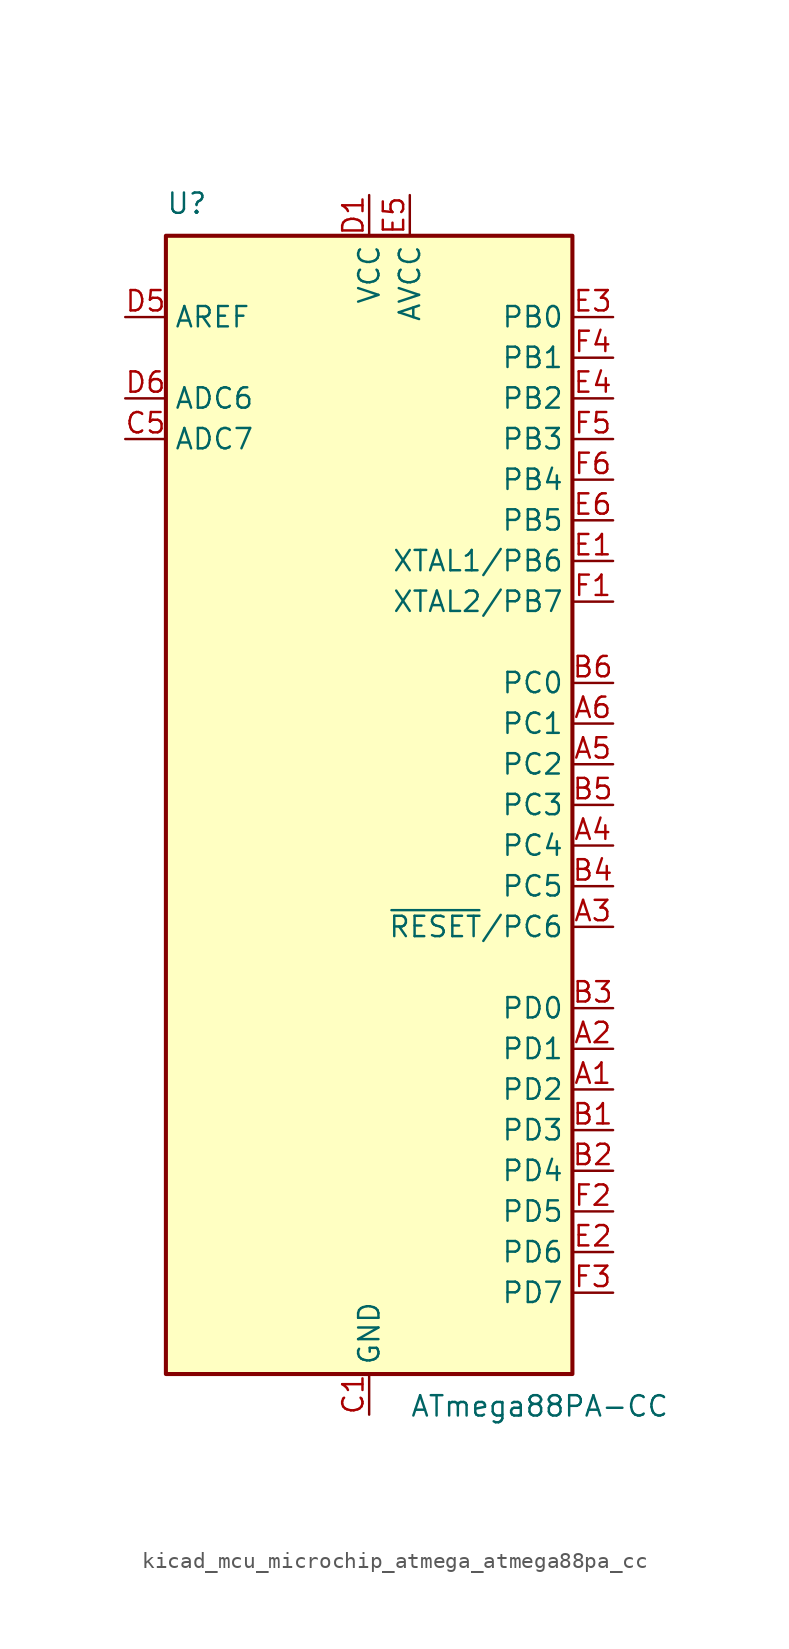
<source format=kicad_sym>
(kicad_symbol_lib
  (version 20220914)
  (generator kicad_symbol_editor)
  (symbol "kicad_mcu_microchip_atmega_atmega88pa_cc"
    (property "Reference" "U"
      (at -12.7 36.83 0)
      (effects (font (size 1.27 1.27)) (justify left bottom)))
    (property "Value" "ATmega88PA-CC"
      (at 2.54 -36.83 0)
      (effects (font (size 1.27 1.27)) (justify left top)))
    (symbol "kicad_mcu_microchip_atmega_atmega88pa_cc_0_1"
      (rectangle (start -12.7 -35.56) (end 12.7 35.56) (stroke (width 0.254) (type default)) (fill (type background))))
    (symbol "kicad_mcu_microchip_atmega_atmega88pa_cc_1_1"
      (pin bidirectional line (at 15.24 -17.78 180) (length 2.54) (name "PD2" (effects (font (size 1.27 1.27)))) (number "A1" (effects (font (size 1.27 1.27)))))
      (pin bidirectional line (at 15.24 -15.24 180) (length 2.54) (name "PD1" (effects (font (size 1.27 1.27)))) (number "A2" (effects (font (size 1.27 1.27)))))
      (pin bidirectional line (at 15.24 -7.62 180) (length 2.54) (name "~{RESET}/PC6" (effects (font (size 1.27 1.27)))) (number "A3" (effects (font (size 1.27 1.27)))))
      (pin bidirectional line (at 15.24 -2.54 180) (length 2.54) (name "PC4" (effects (font (size 1.27 1.27)))) (number "A4" (effects (font (size 1.27 1.27)))))
      (pin bidirectional line (at 15.24 2.54 180) (length 2.54) (name "PC2" (effects (font (size 1.27 1.27)))) (number "A5" (effects (font (size 1.27 1.27)))))
      (pin bidirectional line (at 15.24 5.08 180) (length 2.54) (name "PC1" (effects (font (size 1.27 1.27)))) (number "A6" (effects (font (size 1.27 1.27)))))
      (pin bidirectional line (at 15.24 -20.32 180) (length 2.54) (name "PD3" (effects (font (size 1.27 1.27)))) (number "B1" (effects (font (size 1.27 1.27)))))
      (pin bidirectional line (at 15.24 -22.86 180) (length 2.54) (name "PD4" (effects (font (size 1.27 1.27)))) (number "B2" (effects (font (size 1.27 1.27)))))
      (pin bidirectional line (at 15.24 -12.7 180) (length 2.54) (name "PD0" (effects (font (size 1.27 1.27)))) (number "B3" (effects (font (size 1.27 1.27)))))
      (pin bidirectional line (at 15.24 -5.08 180) (length 2.54) (name "PC5" (effects (font (size 1.27 1.27)))) (number "B4" (effects (font (size 1.27 1.27)))))
      (pin bidirectional line (at 15.24 0 180) (length 2.54) (name "PC3" (effects (font (size 1.27 1.27)))) (number "B5" (effects (font (size 1.27 1.27)))))
      (pin bidirectional line (at 15.24 7.62 180) (length 2.54) (name "PC0" (effects (font (size 1.27 1.27)))) (number "B6" (effects (font (size 1.27 1.27)))))
      (pin power_in line (at 0 -38.1 90) (length 2.54) (name "GND" (effects (font (size 1.27 1.27)))) (number "C1" (effects (font (size 1.27 1.27)))))
      (pin passive line (at 0 -38.1 90) (length 2.54) hide (name "GND" (effects (font (size 1.27 1.27)))) (number "C2" (effects (font (size 1.27 1.27)))))
      (pin input line (at -15.24 22.86 0) (length 2.54) (name "ADC7" (effects (font (size 1.27 1.27)))) (number "C5" (effects (font (size 1.27 1.27)))))
      (pin passive line (at 0 -38.1 90) (length 2.54) hide (name "GND" (effects (font (size 1.27 1.27)))) (number "C6" (effects (font (size 1.27 1.27)))))
      (pin power_in line (at 0 38.1 270) (length 2.54) (name "VCC" (effects (font (size 1.27 1.27)))) (number "D1" (effects (font (size 1.27 1.27)))))
      (pin passive line (at 0 38.1 270) (length 2.54) hide (name "VCC" (effects (font (size 1.27 1.27)))) (number "D2" (effects (font (size 1.27 1.27)))))
      (pin passive line (at -15.24 30.48 0) (length 2.54) (name "AREF" (effects (font (size 1.27 1.27)))) (number "D5" (effects (font (size 1.27 1.27)))))
      (pin input line (at -15.24 25.4 0) (length 2.54) (name "ADC6" (effects (font (size 1.27 1.27)))) (number "D6" (effects (font (size 1.27 1.27)))))
      (pin bidirectional line (at 15.24 15.24 180) (length 2.54) (name "XTAL1/PB6" (effects (font (size 1.27 1.27)))) (number "E1" (effects (font (size 1.27 1.27)))))
      (pin bidirectional line (at 15.24 -27.94 180) (length 2.54) (name "PD6" (effects (font (size 1.27 1.27)))) (number "E2" (effects (font (size 1.27 1.27)))))
      (pin bidirectional line (at 15.24 30.48 180) (length 2.54) (name "PB0" (effects (font (size 1.27 1.27)))) (number "E3" (effects (font (size 1.27 1.27)))))
      (pin bidirectional line (at 15.24 25.4 180) (length 2.54) (name "PB2" (effects (font (size 1.27 1.27)))) (number "E4" (effects (font (size 1.27 1.27)))))
      (pin power_in line (at 2.54 38.1 270) (length 2.54) (name "AVCC" (effects (font (size 1.27 1.27)))) (number "E5" (effects (font (size 1.27 1.27)))))
      (pin bidirectional line (at 15.24 17.78 180) (length 2.54) (name "PB5" (effects (font (size 1.27 1.27)))) (number "E6" (effects (font (size 1.27 1.27)))))
      (pin bidirectional line (at 15.24 12.7 180) (length 2.54) (name "XTAL2/PB7" (effects (font (size 1.27 1.27)))) (number "F1" (effects (font (size 1.27 1.27)))))
      (pin bidirectional line (at 15.24 -25.4 180) (length 2.54) (name "PD5" (effects (font (size 1.27 1.27)))) (number "F2" (effects (font (size 1.27 1.27)))))
      (pin bidirectional line (at 15.24 -30.48 180) (length 2.54) (name "PD7" (effects (font (size 1.27 1.27)))) (number "F3" (effects (font (size 1.27 1.27)))))
      (pin bidirectional line (at 15.24 27.94 180) (length 2.54) (name "PB1" (effects (font (size 1.27 1.27)))) (number "F4" (effects (font (size 1.27 1.27)))))
      (pin bidirectional line (at 15.24 22.86 180) (length 2.54) (name "PB3" (effects (font (size 1.27 1.27)))) (number "F5" (effects (font (size 1.27 1.27)))))
      (pin bidirectional line (at 15.24 20.32 180) (length 2.54) (name "PB4" (effects (font (size 1.27 1.27)))) (number "F6" (effects (font (size 1.27 1.27))))))))
</source>
